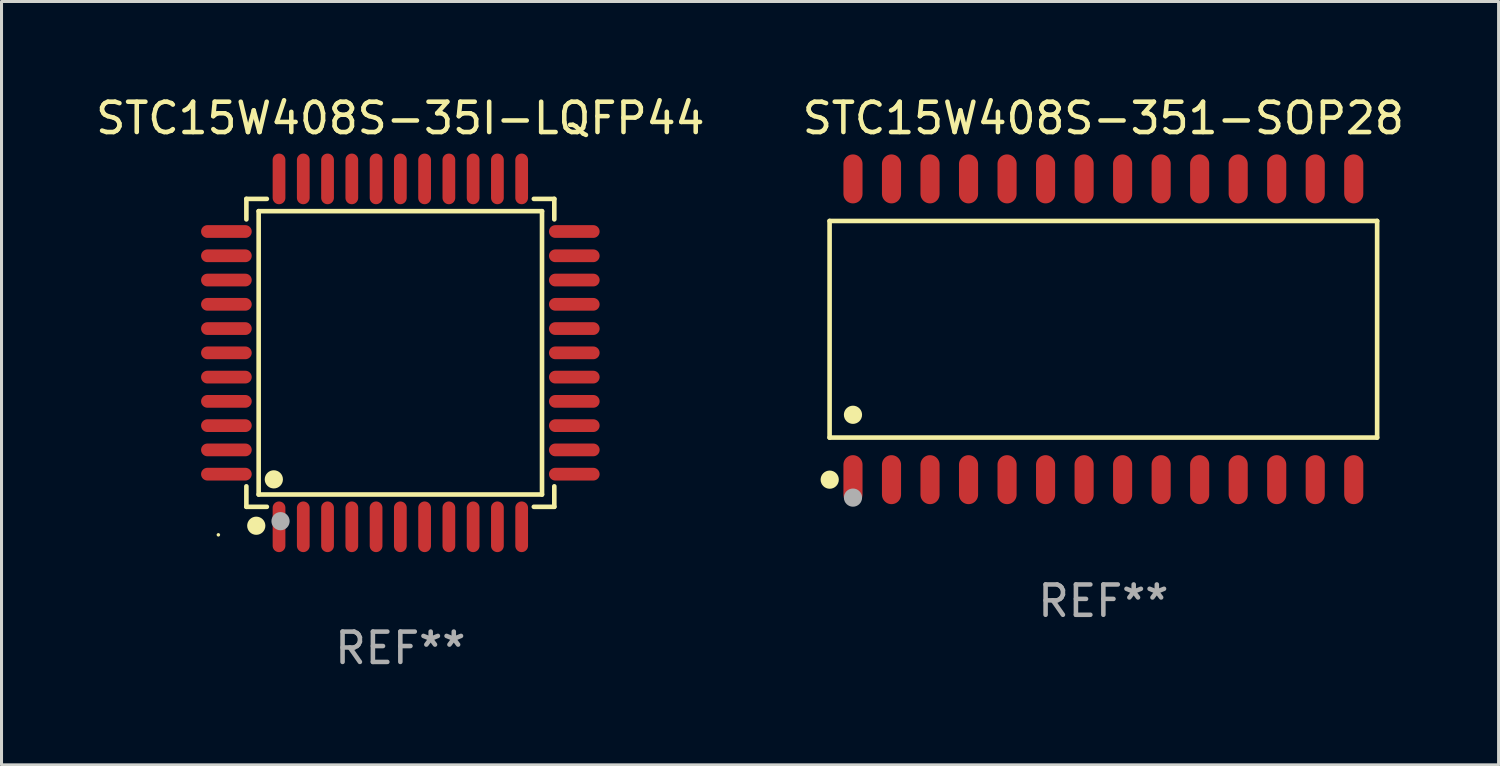
<source format=kicad_pcb>
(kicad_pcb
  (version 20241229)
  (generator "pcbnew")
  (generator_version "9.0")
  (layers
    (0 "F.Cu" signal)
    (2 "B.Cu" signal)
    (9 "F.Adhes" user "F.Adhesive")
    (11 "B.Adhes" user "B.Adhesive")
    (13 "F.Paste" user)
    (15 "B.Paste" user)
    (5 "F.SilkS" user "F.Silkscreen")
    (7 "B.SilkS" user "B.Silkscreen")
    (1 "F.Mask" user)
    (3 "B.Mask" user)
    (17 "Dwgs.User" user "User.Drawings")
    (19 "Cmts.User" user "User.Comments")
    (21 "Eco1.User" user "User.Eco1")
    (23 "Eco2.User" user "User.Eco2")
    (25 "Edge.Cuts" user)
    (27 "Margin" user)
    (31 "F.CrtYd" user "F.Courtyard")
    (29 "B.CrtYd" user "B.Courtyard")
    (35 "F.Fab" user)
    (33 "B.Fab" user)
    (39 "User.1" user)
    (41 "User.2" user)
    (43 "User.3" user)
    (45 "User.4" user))
  (footprint "STC15W408S-35I-LQFP44"
    (layer "F.Cu")
    (at 10.149 8.583)
    (property "Reference" "STC15W408S-35I-LQFP44" (at 0 -7.735 0) (layer "F.SilkS") (effects (font (size 1 1) (thickness 0.15))))
    (attr through_hole)
    (fp_line (start -5.076 -5.076) (end -4.401 -5.076) (stroke (width 0.152) (type solid)) (layer "F.SilkS"))
    (fp_line (start -5.076 -4.401) (end -5.076 -5.076) (stroke (width 0.152) (type solid)) (layer "F.SilkS"))
    (fp_line (start -5.076 4.401) (end -5.076 5.076) (stroke (width 0.152) (type solid)) (layer "F.SilkS"))
    (fp_line (start -5.076 5.076) (end -4.401 5.076) (stroke (width 0.152) (type solid)) (layer "F.SilkS"))
    (fp_line (start -4.671 -4.671) (end 4.671 -4.671) (stroke (width 0.152) (type solid)) (layer "F.SilkS"))
    (fp_line (start -4.671 4.671) (end -4.671 -4.671) (stroke (width 0.152) (type solid)) (layer "F.SilkS"))
    (fp_line (start 4.671 -4.671) (end 4.671 4.671) (stroke (width 0.152) (type solid)) (layer "F.SilkS"))
    (fp_line (start 4.671 4.671) (end -4.671 4.671) (stroke (width 0.152) (type solid)) (layer "F.SilkS"))
    (fp_line (start 5.076 -5.076) (end 4.401 -5.076) (stroke (width 0.152) (type solid)) (layer "F.SilkS"))
    (fp_line (start 5.076 -4.401) (end 5.076 -5.076) (stroke (width 0.152) (type solid)) (layer "F.SilkS"))
    (fp_line (start 5.076 4.401) (end 5.076 5.076) (stroke (width 0.152) (type solid)) (layer "F.SilkS"))
    (fp_line (start 5.076 5.076) (end 4.401 5.076) (stroke (width 0.152) (type solid)) (layer "F.SilkS"))
    (fp_circle (center -6 6) (end -5.97 6) (stroke (width 0.06) (type solid)) (fill no) (layer "F.SilkS"))
    (fp_circle (center -4.75 5.7) (end -4.6 5.7) (stroke (width 0.3) (type solid)) (fill no) (layer "F.SilkS"))
    (fp_circle (center -4.171 4.171) (end -4.021 4.171) (stroke (width 0.3) (type solid)) (fill no) (layer "F.SilkS"))
    (fp_circle (center -3.95 5.55) (end -3.8 5.55) (stroke (width 0.3) (type solid)) (fill no) (layer "F.Fab"))
    (fp_text user "REF**" (at 0 9.735 0) (layer "F.Fab") (effects (font (size 1 1) (thickness 0.15))))
    (pad "1" smd oval (at -4 5.735) (size 0.42 1.67) (layers "F.Cu" "F.Mask" "F.Paste"))
    (pad "2" smd oval (at -3.2 5.735) (size 0.42 1.67) (layers "F.Cu" "F.Mask" "F.Paste"))
    (pad "3" smd oval (at -2.4 5.735) (size 0.42 1.67) (layers "F.Cu" "F.Mask" "F.Paste"))
    (pad "4" smd oval (at -1.6 5.735) (size 0.42 1.67) (layers "F.Cu" "F.Mask" "F.Paste"))
    (pad "5" smd oval (at -0.8 5.735) (size 0.42 1.67) (layers "F.Cu" "F.Mask" "F.Paste"))
    (pad "6" smd oval (at 0 5.735) (size 0.42 1.67) (layers "F.Cu" "F.Mask" "F.Paste"))
    (pad "7" smd oval (at 0.8 5.735) (size 0.42 1.67) (layers "F.Cu" "F.Mask" "F.Paste"))
    (pad "8" smd oval (at 1.6 5.735) (size 0.42 1.67) (layers "F.Cu" "F.Mask" "F.Paste"))
    (pad "9" smd oval (at 2.4 5.735) (size 0.42 1.67) (layers "F.Cu" "F.Mask" "F.Paste"))
    (pad "10" smd oval (at 3.2 5.735) (size 0.42 1.67) (layers "F.Cu" "F.Mask" "F.Paste"))
    (pad "11" smd oval (at 4 5.735) (size 0.42 1.67) (layers "F.Cu" "F.Mask" "F.Paste"))
    (pad "12" smd oval (at 5.735 4) (size 1.67 0.42) (layers "F.Cu" "F.Mask" "F.Paste"))
    (pad "13" smd oval (at 5.735 3.2) (size 1.67 0.42) (layers "F.Cu" "F.Mask" "F.Paste"))
    (pad "14" smd oval (at 5.735 2.4) (size 1.67 0.42) (layers "F.Cu" "F.Mask" "F.Paste"))
    (pad "15" smd oval (at 5.735 1.6) (size 1.67 0.42) (layers "F.Cu" "F.Mask" "F.Paste"))
    (pad "16" smd oval (at 5.735 0.8) (size 1.67 0.42) (layers "F.Cu" "F.Mask" "F.Paste"))
    (pad "17" smd oval (at 5.735 0) (size 1.67 0.42) (layers "F.Cu" "F.Mask" "F.Paste"))
    (pad "18" smd oval (at 5.735 -0.8) (size 1.67 0.42) (layers "F.Cu" "F.Mask" "F.Paste"))
    (pad "19" smd oval (at 5.735 -1.6) (size 1.67 0.42) (layers "F.Cu" "F.Mask" "F.Paste"))
    (pad "20" smd oval (at 5.735 -2.4) (size 1.67 0.42) (layers "F.Cu" "F.Mask" "F.Paste"))
    (pad "21" smd oval (at 5.735 -3.2) (size 1.67 0.42) (layers "F.Cu" "F.Mask" "F.Paste"))
    (pad "22" smd oval (at 5.735 -4) (size 1.67 0.42) (layers "F.Cu" "F.Mask" "F.Paste"))
    (pad "23" smd oval (at 4 -5.735) (size 0.42 1.67) (layers "F.Cu" "F.Mask" "F.Paste"))
    (pad "24" smd oval (at 3.2 -5.735) (size 0.42 1.67) (layers "F.Cu" "F.Mask" "F.Paste"))
    (pad "25" smd oval (at 2.4 -5.735) (size 0.42 1.67) (layers "F.Cu" "F.Mask" "F.Paste"))
    (pad "26" smd oval (at 1.6 -5.735) (size 0.42 1.67) (layers "F.Cu" "F.Mask" "F.Paste"))
    (pad "27" smd oval (at 0.8 -5.735) (size 0.42 1.67) (layers "F.Cu" "F.Mask" "F.Paste"))
    (pad "28" smd oval (at 0 -5.735) (size 0.42 1.67) (layers "F.Cu" "F.Mask" "F.Paste"))
    (pad "29" smd oval (at -0.8 -5.735) (size 0.42 1.67) (layers "F.Cu" "F.Mask" "F.Paste"))
    (pad "30" smd oval (at -1.6 -5.735) (size 0.42 1.67) (layers "F.Cu" "F.Mask" "F.Paste"))
    (pad "31" smd oval (at -2.4 -5.735) (size 0.42 1.67) (layers "F.Cu" "F.Mask" "F.Paste"))
    (pad "32" smd oval (at -3.2 -5.735) (size 0.42 1.67) (layers "F.Cu" "F.Mask" "F.Paste"))
    (pad "33" smd oval (at -4 -5.735) (size 0.42 1.67) (layers "F.Cu" "F.Mask" "F.Paste"))
    (pad "34" smd oval (at -5.735 -4) (size 1.67 0.42) (layers "F.Cu" "F.Mask" "F.Paste"))
    (pad "35" smd oval (at -5.735 -3.2) (size 1.67 0.42) (layers "F.Cu" "F.Mask" "F.Paste"))
    (pad "36" smd oval (at -5.735 -2.4) (size 1.67 0.42) (layers "F.Cu" "F.Mask" "F.Paste"))
    (pad "37" smd oval (at -5.735 -1.6) (size 1.67 0.42) (layers "F.Cu" "F.Mask" "F.Paste"))
    (pad "38" smd oval (at -5.735 -0.8) (size 1.67 0.42) (layers "F.Cu" "F.Mask" "F.Paste"))
    (pad "39" smd oval (at -5.735 0) (size 1.67 0.42) (layers "F.Cu" "F.Mask" "F.Paste"))
    (pad "40" smd oval (at -5.735 0.8) (size 1.67 0.42) (layers "F.Cu" "F.Mask" "F.Paste"))
    (pad "41" smd oval (at -5.735 1.6) (size 1.67 0.42) (layers "F.Cu" "F.Mask" "F.Paste"))
    (pad "42" smd oval (at -5.735 2.4) (size 1.67 0.42) (layers "F.Cu" "F.Mask" "F.Paste"))
    (pad "43" smd oval (at -5.735 3.2) (size 1.67 0.42) (layers "F.Cu" "F.Mask" "F.Paste"))
    (pad "44" smd oval (at -5.735 4) (size 1.67 0.42) (layers "F.Cu" "F.Mask" "F.Paste")))
  (footprint "STC15W408S-351-SOP28"
    (layer "F.Cu")
    (at 33.327 7.806)
    (property "Reference" "STC15W408S-351-SOP28" (at 0 -6.958 0) (layer "F.SilkS") (effects (font (size 1 1) (thickness 0.15))))
    (attr through_hole)
    (fp_line (start -9.026 -3.571) (end 9.026 -3.571) (stroke (width 0.152) (type solid)) (layer "F.SilkS"))
    (fp_line (start -9.026 3.571) (end -9.026 -3.571) (stroke (width 0.152) (type solid)) (layer "F.SilkS"))
    (fp_line (start 9.026 -3.571) (end 9.026 3.571) (stroke (width 0.152) (type solid)) (layer "F.SilkS"))
    (fp_line (start 9.026 3.571) (end -9.026 3.571) (stroke (width 0.152) (type solid)) (layer "F.SilkS"))
    (fp_circle (center -9.022 4.958) (end -8.872 4.958) (stroke (width 0.3) (type solid)) (fill no) (layer "F.SilkS"))
    (fp_circle (center -8.95 5.15) (end -8.92 5.15) (stroke (width 0.06) (type solid)) (fill no) (layer "F.SilkS"))
    (fp_circle (center -8.255 2.819) (end -8.105 2.819) (stroke (width 0.3) (type solid)) (fill no) (layer "F.SilkS"))
    (fp_circle (center -8.255 5.55) (end -8.105 5.55) (stroke (width 0.3) (type solid)) (fill no) (layer "F.Fab"))
    (fp_text user "REF**" (at 0 8.958 0) (layer "F.Fab") (effects (font (size 1 1) (thickness 0.15))))
    (pad "1" smd oval (at -8.255 4.958) (size 0.63 1.615) (layers "F.Cu" "F.Mask" "F.Paste"))
    (pad "2" smd oval (at -6.985 4.958) (size 0.63 1.615) (layers "F.Cu" "F.Mask" "F.Paste"))
    (pad "3" smd oval (at -5.715 4.958) (size 0.63 1.615) (layers "F.Cu" "F.Mask" "F.Paste"))
    (pad "4" smd oval (at -4.445 4.958) (size 0.63 1.615) (layers "F.Cu" "F.Mask" "F.Paste"))
    (pad "5" smd oval (at -3.175 4.958) (size 0.63 1.615) (layers "F.Cu" "F.Mask" "F.Paste"))
    (pad "6" smd oval (at -1.905 4.958) (size 0.63 1.615) (layers "F.Cu" "F.Mask" "F.Paste"))
    (pad "7" smd oval (at -0.635 4.958) (size 0.63 1.615) (layers "F.Cu" "F.Mask" "F.Paste"))
    (pad "8" smd oval (at 0.635 4.958) (size 0.63 1.615) (layers "F.Cu" "F.Mask" "F.Paste"))
    (pad "9" smd oval (at 1.905 4.958) (size 0.63 1.615) (layers "F.Cu" "F.Mask" "F.Paste"))
    (pad "10" smd oval (at 3.175 4.958) (size 0.63 1.615) (layers "F.Cu" "F.Mask" "F.Paste"))
    (pad "11" smd oval (at 4.445 4.958) (size 0.63 1.615) (layers "F.Cu" "F.Mask" "F.Paste"))
    (pad "12" smd oval (at 5.715 4.958) (size 0.63 1.615) (layers "F.Cu" "F.Mask" "F.Paste"))
    (pad "13" smd oval (at 6.985 4.958) (size 0.63 1.615) (layers "F.Cu" "F.Mask" "F.Paste"))
    (pad "14" smd oval (at 8.255 4.958) (size 0.63 1.615) (layers "F.Cu" "F.Mask" "F.Paste"))
    (pad "15" smd oval (at 8.255 -4.958) (size 0.63 1.615) (layers "F.Cu" "F.Mask" "F.Paste"))
    (pad "16" smd oval (at 6.985 -4.958) (size 0.63 1.615) (layers "F.Cu" "F.Mask" "F.Paste"))
    (pad "17" smd oval (at 5.715 -4.958) (size 0.63 1.615) (layers "F.Cu" "F.Mask" "F.Paste"))
    (pad "18" smd oval (at 4.445 -4.958) (size 0.63 1.615) (layers "F.Cu" "F.Mask" "F.Paste"))
    (pad "19" smd oval (at 3.175 -4.958) (size 0.63 1.615) (layers "F.Cu" "F.Mask" "F.Paste"))
    (pad "20" smd oval (at 1.905 -4.958) (size 0.63 1.615) (layers "F.Cu" "F.Mask" "F.Paste"))
    (pad "21" smd oval (at 0.635 -4.958) (size 0.63 1.615) (layers "F.Cu" "F.Mask" "F.Paste"))
    (pad "22" smd oval (at -0.635 -4.958) (size 0.63 1.615) (layers "F.Cu" "F.Mask" "F.Paste"))
    (pad "23" smd oval (at -1.905 -4.958) (size 0.63 1.615) (layers "F.Cu" "F.Mask" "F.Paste"))
    (pad "24" smd oval (at -3.175 -4.958) (size 0.63 1.615) (layers "F.Cu" "F.Mask" "F.Paste"))
    (pad "25" smd oval (at -4.445 -4.958) (size 0.63 1.615) (layers "F.Cu" "F.Mask" "F.Paste"))
    (pad "26" smd oval (at -5.715 -4.958) (size 0.63 1.615) (layers "F.Cu" "F.Mask" "F.Paste"))
    (pad "27" smd oval (at -6.985 -4.958) (size 0.63 1.615) (layers "F.Cu" "F.Mask" "F.Paste"))
    (pad "28" smd oval (at -8.255 -4.958) (size 0.63 1.615) (layers "F.Cu" "F.Mask" "F.Paste")))
  (gr_rect
    (start -3 -3)
    (end 46.357 22.167)
    (stroke (width 0.1) (type default))
    (fill no)
    (layer "Edge.Cuts")))
</source>
